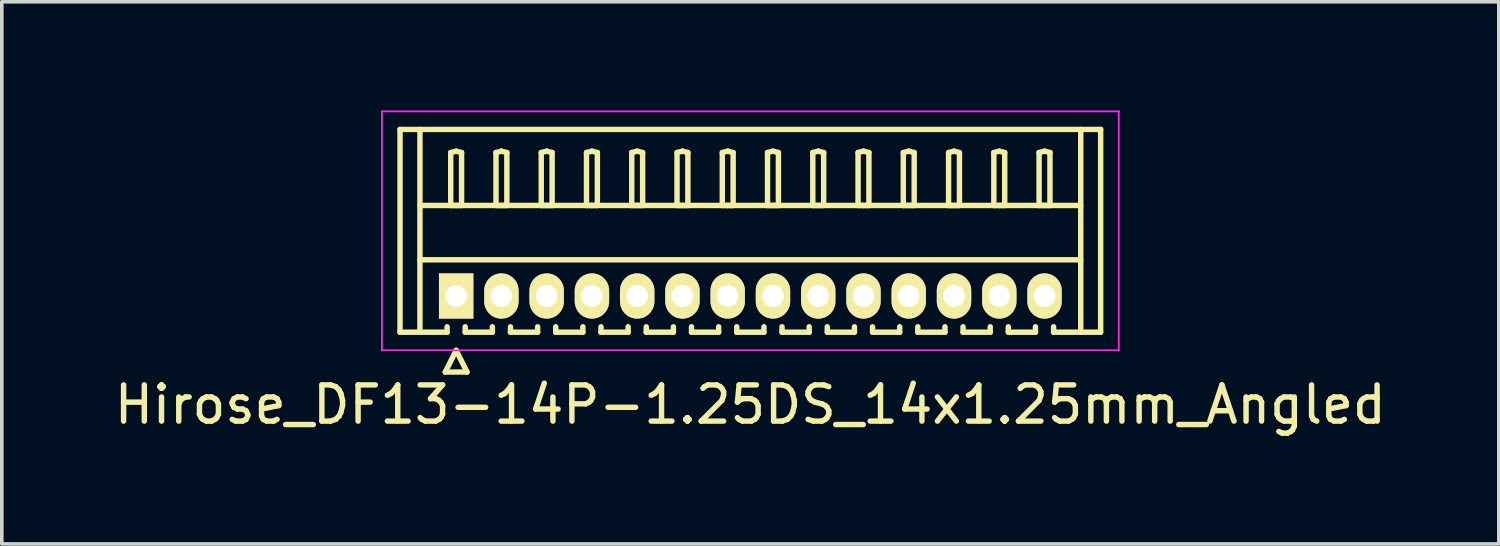
<source format=kicad_pcb>
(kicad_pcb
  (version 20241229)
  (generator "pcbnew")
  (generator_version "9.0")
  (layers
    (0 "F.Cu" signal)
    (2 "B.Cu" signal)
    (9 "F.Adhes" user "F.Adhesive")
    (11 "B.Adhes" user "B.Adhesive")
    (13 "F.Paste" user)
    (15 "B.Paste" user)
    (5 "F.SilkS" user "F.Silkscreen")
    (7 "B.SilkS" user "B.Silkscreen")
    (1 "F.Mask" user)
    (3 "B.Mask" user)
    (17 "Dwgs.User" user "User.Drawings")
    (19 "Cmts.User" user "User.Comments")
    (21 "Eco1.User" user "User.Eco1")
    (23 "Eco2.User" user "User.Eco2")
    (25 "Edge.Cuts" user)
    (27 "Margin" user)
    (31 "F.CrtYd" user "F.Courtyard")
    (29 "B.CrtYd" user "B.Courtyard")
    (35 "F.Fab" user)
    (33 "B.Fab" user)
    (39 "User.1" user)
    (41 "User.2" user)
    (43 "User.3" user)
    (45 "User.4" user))
  (footprint "Hirose_DF13-14P-1.25DS_14x1.25mm_Angled"
    (layer "F.Cu")
    (at 9.548 5.125)
    (property "Reference" "Hirose_DF13-14P-1.25DS_14x1.25mm_Angled" (at 8.125 3 0) (layer "F.SilkS") (effects (font (size 1 1) (thickness 0.15))))
    (attr through_hole)
    (fp_line (start -1.55 -4.6) (end 17.8 -4.6) (stroke (width 0.15) (type solid)) (layer "F.SilkS"))
    (fp_line (start -1.55 1) (end -1.55 -4.6) (stroke (width 0.15) (type solid)) (layer "F.SilkS"))
    (fp_line (start -1 -4.6) (end -1 1) (stroke (width 0.15) (type solid)) (layer "F.SilkS"))
    (fp_line (start -1 -2.5) (end 17.25 -2.5) (stroke (width 0.15) (type solid)) (layer "F.SilkS"))
    (fp_line (start -1 -1) (end 17.25 -1) (stroke (width 0.15) (type solid)) (layer "F.SilkS"))
    (fp_line (start -0.3 2.1) (end 0.3 2.1) (stroke (width 0.15) (type solid)) (layer "F.SilkS"))
    (fp_line (start -0.25 0.85) (end -0.25 1) (stroke (width 0.15) (type solid)) (layer "F.SilkS"))
    (fp_line (start -0.25 1) (end -1.55 1) (stroke (width 0.15) (type solid)) (layer "F.SilkS"))
    (fp_line (start -0.15 -3.962) (end 0 -4) (stroke (width 0.15) (type solid)) (layer "F.SilkS"))
    (fp_line (start -0.15 -2.5) (end -0.15 -3.962) (stroke (width 0.15) (type solid)) (layer "F.SilkS"))
    (fp_line (start 0 -4) (end 0.15 -3.962) (stroke (width 0.15) (type solid)) (layer "F.SilkS"))
    (fp_line (start 0 -2.5) (end -0.15 -2.5) (stroke (width 0.15) (type solid)) (layer "F.SilkS"))
    (fp_line (start 0 1.5) (end -0.3 2.1) (stroke (width 0.15) (type solid)) (layer "F.SilkS"))
    (fp_line (start 0.15 -3.962) (end 0.15 -2.5) (stroke (width 0.15) (type solid)) (layer "F.SilkS"))
    (fp_line (start 0.15 -2.5) (end 0 -2.5) (stroke (width 0.15) (type solid)) (layer "F.SilkS"))
    (fp_line (start 0.25 0.85) (end 0.25 1) (stroke (width 0.15) (type solid)) (layer "F.SilkS"))
    (fp_line (start 0.25 1) (end 1 1) (stroke (width 0.15) (type solid)) (layer "F.SilkS"))
    (fp_line (start 0.3 2.1) (end 0 1.5) (stroke (width 0.15) (type solid)) (layer "F.SilkS"))
    (fp_line (start 1 1) (end 1 0.85) (stroke (width 0.15) (type solid)) (layer "F.SilkS"))
    (fp_line (start 1.1 -3.962) (end 1.25 -4) (stroke (width 0.15) (type solid)) (layer "F.SilkS"))
    (fp_line (start 1.1 -2.5) (end 1.1 -3.962) (stroke (width 0.15) (type solid)) (layer "F.SilkS"))
    (fp_line (start 1.25 -4) (end 1.4 -3.962) (stroke (width 0.15) (type solid)) (layer "F.SilkS"))
    (fp_line (start 1.25 -2.5) (end 1.1 -2.5) (stroke (width 0.15) (type solid)) (layer "F.SilkS"))
    (fp_line (start 1.4 -3.962) (end 1.4 -2.5) (stroke (width 0.15) (type solid)) (layer "F.SilkS"))
    (fp_line (start 1.4 -2.5) (end 1.25 -2.5) (stroke (width 0.15) (type solid)) (layer "F.SilkS"))
    (fp_line (start 1.5 0.85) (end 1.5 1) (stroke (width 0.15) (type solid)) (layer "F.SilkS"))
    (fp_line (start 1.5 1) (end 2.25 1) (stroke (width 0.15) (type solid)) (layer "F.SilkS"))
    (fp_line (start 2.25 1) (end 2.25 0.85) (stroke (width 0.15) (type solid)) (layer "F.SilkS"))
    (fp_line (start 2.35 -3.962) (end 2.5 -4) (stroke (width 0.15) (type solid)) (layer "F.SilkS"))
    (fp_line (start 2.35 -2.5) (end 2.35 -3.962) (stroke (width 0.15) (type solid)) (layer "F.SilkS"))
    (fp_line (start 2.5 -4) (end 2.65 -3.962) (stroke (width 0.15) (type solid)) (layer "F.SilkS"))
    (fp_line (start 2.5 -2.5) (end 2.35 -2.5) (stroke (width 0.15) (type solid)) (layer "F.SilkS"))
    (fp_line (start 2.65 -3.962) (end 2.65 -2.5) (stroke (width 0.15) (type solid)) (layer "F.SilkS"))
    (fp_line (start 2.65 -2.5) (end 2.5 -2.5) (stroke (width 0.15) (type solid)) (layer "F.SilkS"))
    (fp_line (start 2.75 0.85) (end 2.75 1) (stroke (width 0.15) (type solid)) (layer "F.SilkS"))
    (fp_line (start 2.75 1) (end 3.5 1) (stroke (width 0.15) (type solid)) (layer "F.SilkS"))
    (fp_line (start 3.5 1) (end 3.5 0.85) (stroke (width 0.15) (type solid)) (layer "F.SilkS"))
    (fp_line (start 3.6 -3.962) (end 3.75 -4) (stroke (width 0.15) (type solid)) (layer "F.SilkS"))
    (fp_line (start 3.6 -2.5) (end 3.6 -3.962) (stroke (width 0.15) (type solid)) (layer "F.SilkS"))
    (fp_line (start 3.75 -4) (end 3.9 -3.962) (stroke (width 0.15) (type solid)) (layer "F.SilkS"))
    (fp_line (start 3.75 -2.5) (end 3.6 -2.5) (stroke (width 0.15) (type solid)) (layer "F.SilkS"))
    (fp_line (start 3.9 -3.962) (end 3.9 -2.5) (stroke (width 0.15) (type solid)) (layer "F.SilkS"))
    (fp_line (start 3.9 -2.5) (end 3.75 -2.5) (stroke (width 0.15) (type solid)) (layer "F.SilkS"))
    (fp_line (start 4 0.85) (end 4 1) (stroke (width 0.15) (type solid)) (layer "F.SilkS"))
    (fp_line (start 4 1) (end 4.75 1) (stroke (width 0.15) (type solid)) (layer "F.SilkS"))
    (fp_line (start 4.75 1) (end 4.75 0.85) (stroke (width 0.15) (type solid)) (layer "F.SilkS"))
    (fp_line (start 4.85 -3.962) (end 5 -4) (stroke (width 0.15) (type solid)) (layer "F.SilkS"))
    (fp_line (start 4.85 -2.5) (end 4.85 -3.962) (stroke (width 0.15) (type solid)) (layer "F.SilkS"))
    (fp_line (start 5 -4) (end 5.15 -3.962) (stroke (width 0.15) (type solid)) (layer "F.SilkS"))
    (fp_line (start 5 -2.5) (end 4.85 -2.5) (stroke (width 0.15) (type solid)) (layer "F.SilkS"))
    (fp_line (start 5.15 -3.962) (end 5.15 -2.5) (stroke (width 0.15) (type solid)) (layer "F.SilkS"))
    (fp_line (start 5.15 -2.5) (end 5 -2.5) (stroke (width 0.15) (type solid)) (layer "F.SilkS"))
    (fp_line (start 5.25 0.85) (end 5.25 1) (stroke (width 0.15) (type solid)) (layer "F.SilkS"))
    (fp_line (start 5.25 1) (end 6 1) (stroke (width 0.15) (type solid)) (layer "F.SilkS"))
    (fp_line (start 6 1) (end 6 0.85) (stroke (width 0.15) (type solid)) (layer "F.SilkS"))
    (fp_line (start 6.1 -3.962) (end 6.25 -4) (stroke (width 0.15) (type solid)) (layer "F.SilkS"))
    (fp_line (start 6.1 -2.5) (end 6.1 -3.962) (stroke (width 0.15) (type solid)) (layer "F.SilkS"))
    (fp_line (start 6.25 -4) (end 6.4 -3.962) (stroke (width 0.15) (type solid)) (layer "F.SilkS"))
    (fp_line (start 6.25 -2.5) (end 6.1 -2.5) (stroke (width 0.15) (type solid)) (layer "F.SilkS"))
    (fp_line (start 6.4 -3.962) (end 6.4 -2.5) (stroke (width 0.15) (type solid)) (layer "F.SilkS"))
    (fp_line (start 6.4 -2.5) (end 6.25 -2.5) (stroke (width 0.15) (type solid)) (layer "F.SilkS"))
    (fp_line (start 6.5 0.85) (end 6.5 1) (stroke (width 0.15) (type solid)) (layer "F.SilkS"))
    (fp_line (start 6.5 1) (end 7.25 1) (stroke (width 0.15) (type solid)) (layer "F.SilkS"))
    (fp_line (start 7.25 1) (end 7.25 0.85) (stroke (width 0.15) (type solid)) (layer "F.SilkS"))
    (fp_line (start 7.35 -3.962) (end 7.5 -4) (stroke (width 0.15) (type solid)) (layer "F.SilkS"))
    (fp_line (start 7.35 -2.5) (end 7.35 -3.962) (stroke (width 0.15) (type solid)) (layer "F.SilkS"))
    (fp_line (start 7.5 -4) (end 7.65 -3.962) (stroke (width 0.15) (type solid)) (layer "F.SilkS"))
    (fp_line (start 7.5 -2.5) (end 7.35 -2.5) (stroke (width 0.15) (type solid)) (layer "F.SilkS"))
    (fp_line (start 7.65 -3.962) (end 7.65 -2.5) (stroke (width 0.15) (type solid)) (layer "F.SilkS"))
    (fp_line (start 7.65 -2.5) (end 7.5 -2.5) (stroke (width 0.15) (type solid)) (layer "F.SilkS"))
    (fp_line (start 7.75 0.85) (end 7.75 1) (stroke (width 0.15) (type solid)) (layer "F.SilkS"))
    (fp_line (start 7.75 1) (end 8.5 1) (stroke (width 0.15) (type solid)) (layer "F.SilkS"))
    (fp_line (start 8.5 1) (end 8.5 0.85) (stroke (width 0.15) (type solid)) (layer "F.SilkS"))
    (fp_line (start 8.6 -3.962) (end 8.75 -4) (stroke (width 0.15) (type solid)) (layer "F.SilkS"))
    (fp_line (start 8.6 -2.5) (end 8.6 -3.962) (stroke (width 0.15) (type solid)) (layer "F.SilkS"))
    (fp_line (start 8.75 -4) (end 8.9 -3.962) (stroke (width 0.15) (type solid)) (layer "F.SilkS"))
    (fp_line (start 8.75 -2.5) (end 8.6 -2.5) (stroke (width 0.15) (type solid)) (layer "F.SilkS"))
    (fp_line (start 8.9 -3.962) (end 8.9 -2.5) (stroke (width 0.15) (type solid)) (layer "F.SilkS"))
    (fp_line (start 8.9 -2.5) (end 8.75 -2.5) (stroke (width 0.15) (type solid)) (layer "F.SilkS"))
    (fp_line (start 9 0.85) (end 9 1) (stroke (width 0.15) (type solid)) (layer "F.SilkS"))
    (fp_line (start 9 1) (end 9.75 1) (stroke (width 0.15) (type solid)) (layer "F.SilkS"))
    (fp_line (start 9.75 1) (end 9.75 0.85) (stroke (width 0.15) (type solid)) (layer "F.SilkS"))
    (fp_line (start 9.85 -3.962) (end 10 -4) (stroke (width 0.15) (type solid)) (layer "F.SilkS"))
    (fp_line (start 9.85 -2.5) (end 9.85 -3.962) (stroke (width 0.15) (type solid)) (layer "F.SilkS"))
    (fp_line (start 10 -4) (end 10.15 -3.962) (stroke (width 0.15) (type solid)) (layer "F.SilkS"))
    (fp_line (start 10 -2.5) (end 9.85 -2.5) (stroke (width 0.15) (type solid)) (layer "F.SilkS"))
    (fp_line (start 10.15 -3.962) (end 10.15 -2.5) (stroke (width 0.15) (type solid)) (layer "F.SilkS"))
    (fp_line (start 10.15 -2.5) (end 10 -2.5) (stroke (width 0.15) (type solid)) (layer "F.SilkS"))
    (fp_line (start 10.25 0.85) (end 10.25 1) (stroke (width 0.15) (type solid)) (layer "F.SilkS"))
    (fp_line (start 10.25 1) (end 11 1) (stroke (width 0.15) (type solid)) (layer "F.SilkS"))
    (fp_line (start 11 1) (end 11 0.85) (stroke (width 0.15) (type solid)) (layer "F.SilkS"))
    (fp_line (start 11.1 -3.962) (end 11.25 -4) (stroke (width 0.15) (type solid)) (layer "F.SilkS"))
    (fp_line (start 11.1 -2.5) (end 11.1 -3.962) (stroke (width 0.15) (type solid)) (layer "F.SilkS"))
    (fp_line (start 11.25 -4) (end 11.4 -3.962) (stroke (width 0.15) (type solid)) (layer "F.SilkS"))
    (fp_line (start 11.25 -2.5) (end 11.1 -2.5) (stroke (width 0.15) (type solid)) (layer "F.SilkS"))
    (fp_line (start 11.4 -3.962) (end 11.4 -2.5) (stroke (width 0.15) (type solid)) (layer "F.SilkS"))
    (fp_line (start 11.4 -2.5) (end 11.25 -2.5) (stroke (width 0.15) (type solid)) (layer "F.SilkS"))
    (fp_line (start 11.5 0.85) (end 11.5 1) (stroke (width 0.15) (type solid)) (layer "F.SilkS"))
    (fp_line (start 11.5 1) (end 12.25 1) (stroke (width 0.15) (type solid)) (layer "F.SilkS"))
    (fp_line (start 12.25 1) (end 12.25 0.85) (stroke (width 0.15) (type solid)) (layer "F.SilkS"))
    (fp_line (start 12.35 -3.962) (end 12.5 -4) (stroke (width 0.15) (type solid)) (layer "F.SilkS"))
    (fp_line (start 12.35 -2.5) (end 12.35 -3.962) (stroke (width 0.15) (type solid)) (layer "F.SilkS"))
    (fp_line (start 12.5 -4) (end 12.65 -3.962) (stroke (width 0.15) (type solid)) (layer "F.SilkS"))
    (fp_line (start 12.5 -2.5) (end 12.35 -2.5) (stroke (width 0.15) (type solid)) (layer "F.SilkS"))
    (fp_line (start 12.65 -3.962) (end 12.65 -2.5) (stroke (width 0.15) (type solid)) (layer "F.SilkS"))
    (fp_line (start 12.65 -2.5) (end 12.5 -2.5) (stroke (width 0.15) (type solid)) (layer "F.SilkS"))
    (fp_line (start 12.75 0.85) (end 12.75 1) (stroke (width 0.15) (type solid)) (layer "F.SilkS"))
    (fp_line (start 12.75 1) (end 13.5 1) (stroke (width 0.15) (type solid)) (layer "F.SilkS"))
    (fp_line (start 13.5 1) (end 13.5 0.85) (stroke (width 0.15) (type solid)) (layer "F.SilkS"))
    (fp_line (start 13.6 -3.962) (end 13.75 -4) (stroke (width 0.15) (type solid)) (layer "F.SilkS"))
    (fp_line (start 13.6 -2.5) (end 13.6 -3.962) (stroke (width 0.15) (type solid)) (layer "F.SilkS"))
    (fp_line (start 13.75 -4) (end 13.9 -3.962) (stroke (width 0.15) (type solid)) (layer "F.SilkS"))
    (fp_line (start 13.75 -2.5) (end 13.6 -2.5) (stroke (width 0.15) (type solid)) (layer "F.SilkS"))
    (fp_line (start 13.9 -3.962) (end 13.9 -2.5) (stroke (width 0.15) (type solid)) (layer "F.SilkS"))
    (fp_line (start 13.9 -2.5) (end 13.75 -2.5) (stroke (width 0.15) (type solid)) (layer "F.SilkS"))
    (fp_line (start 14 0.85) (end 14 1) (stroke (width 0.15) (type solid)) (layer "F.SilkS"))
    (fp_line (start 14 1) (end 14.75 1) (stroke (width 0.15) (type solid)) (layer "F.SilkS"))
    (fp_line (start 14.75 1) (end 14.75 0.85) (stroke (width 0.15) (type solid)) (layer "F.SilkS"))
    (fp_line (start 14.85 -3.962) (end 15 -4) (stroke (width 0.15) (type solid)) (layer "F.SilkS"))
    (fp_line (start 14.85 -2.5) (end 14.85 -3.962) (stroke (width 0.15) (type solid)) (layer "F.SilkS"))
    (fp_line (start 15 -4) (end 15.15 -3.962) (stroke (width 0.15) (type solid)) (layer "F.SilkS"))
    (fp_line (start 15 -2.5) (end 14.85 -2.5) (stroke (width 0.15) (type solid)) (layer "F.SilkS"))
    (fp_line (start 15.15 -3.962) (end 15.15 -2.5) (stroke (width 0.15) (type solid)) (layer "F.SilkS"))
    (fp_line (start 15.15 -2.5) (end 15 -2.5) (stroke (width 0.15) (type solid)) (layer "F.SilkS"))
    (fp_line (start 15.25 0.85) (end 15.25 1) (stroke (width 0.15) (type solid)) (layer "F.SilkS"))
    (fp_line (start 15.25 1) (end 16 1) (stroke (width 0.15) (type solid)) (layer "F.SilkS"))
    (fp_line (start 16 1) (end 16 0.85) (stroke (width 0.15) (type solid)) (layer "F.SilkS"))
    (fp_line (start 16.1 -3.962) (end 16.25 -4) (stroke (width 0.15) (type solid)) (layer "F.SilkS"))
    (fp_line (start 16.1 -2.5) (end 16.1 -3.962) (stroke (width 0.15) (type solid)) (layer "F.SilkS"))
    (fp_line (start 16.25 -4) (end 16.4 -3.962) (stroke (width 0.15) (type solid)) (layer "F.SilkS"))
    (fp_line (start 16.25 -2.5) (end 16.1 -2.5) (stroke (width 0.15) (type solid)) (layer "F.SilkS"))
    (fp_line (start 16.4 -3.962) (end 16.4 -2.5) (stroke (width 0.15) (type solid)) (layer "F.SilkS"))
    (fp_line (start 16.4 -2.5) (end 16.25 -2.5) (stroke (width 0.15) (type solid)) (layer "F.SilkS"))
    (fp_line (start 16.5 1) (end 16.5 0.85) (stroke (width 0.15) (type solid)) (layer "F.SilkS"))
    (fp_line (start 17.25 -4.6) (end 17.25 1) (stroke (width 0.15) (type solid)) (layer "F.SilkS"))
    (fp_line (start 17.8 -4.6) (end 17.8 1) (stroke (width 0.15) (type solid)) (layer "F.SilkS"))
    (fp_line (start 17.8 1) (end 16.5 1) (stroke (width 0.15) (type solid)) (layer "F.SilkS"))
    (fp_line (start -2.05 -5.1) (end -2.05 1.5) (stroke (width 0.05) (type solid)) (layer "F.CrtYd"))
    (fp_line (start -2.05 1.5) (end 18.3 1.5) (stroke (width 0.05) (type solid)) (layer "F.CrtYd"))
    (fp_line (start 18.3 -5.1) (end -2.05 -5.1) (stroke (width 0.05) (type solid)) (layer "F.CrtYd"))
    (fp_line (start 18.3 1.5) (end 18.3 -5.1) (stroke (width 0.05) (type solid)) (layer "F.CrtYd"))
    (pad "1" thru_hole rect (at 0 0) (size 0.95 1.25) (drill 0.6) (layers "*.Cu" "*.Mask" "F.SilkS"))
    (pad "2" thru_hole oval (at 1.25 0) (size 0.95 1.25) (drill 0.6) (layers "*.Cu" "*.Mask" "F.SilkS"))
    (pad "3" thru_hole oval (at 2.5 0) (size 0.95 1.25) (drill 0.6) (layers "*.Cu" "*.Mask" "F.SilkS"))
    (pad "4" thru_hole oval (at 3.75 0) (size 0.95 1.25) (drill 0.6) (layers "*.Cu" "*.Mask" "F.SilkS"))
    (pad "5" thru_hole oval (at 5 0) (size 0.95 1.25) (drill 0.6) (layers "*.Cu" "*.Mask" "F.SilkS"))
    (pad "6" thru_hole oval (at 6.25 0) (size 0.95 1.25) (drill 0.6) (layers "*.Cu" "*.Mask" "F.SilkS"))
    (pad "7" thru_hole oval (at 7.5 0) (size 0.95 1.25) (drill 0.6) (layers "*.Cu" "*.Mask" "F.SilkS"))
    (pad "8" thru_hole oval (at 8.75 0) (size 0.95 1.25) (drill 0.6) (layers "*.Cu" "*.Mask" "F.SilkS"))
    (pad "9" thru_hole oval (at 10 0) (size 0.95 1.25) (drill 0.6) (layers "*.Cu" "*.Mask" "F.SilkS"))
    (pad "10" thru_hole oval (at 11.25 0) (size 0.95 1.25) (drill 0.6) (layers "*.Cu" "*.Mask" "F.SilkS"))
    (pad "11" thru_hole oval (at 12.5 0) (size 0.95 1.25) (drill 0.6) (layers "*.Cu" "*.Mask" "F.SilkS"))
    (pad "12" thru_hole oval (at 13.75 0) (size 0.95 1.25) (drill 0.6) (layers "*.Cu" "*.Mask" "F.SilkS"))
    (pad "13" thru_hole oval (at 15 0) (size 0.95 1.25) (drill 0.6) (layers "*.Cu" "*.Mask" "F.SilkS"))
    (pad "14" thru_hole oval (at 16.25 0) (size 0.95 1.25) (drill 0.6) (layers "*.Cu" "*.Mask" "F.SilkS")))
  (gr_rect
    (start -3 -3)
    (end 38.345 11.973)
    (stroke (width 0.1) (type default))
    (fill no)
    (layer "Edge.Cuts")))
</source>
